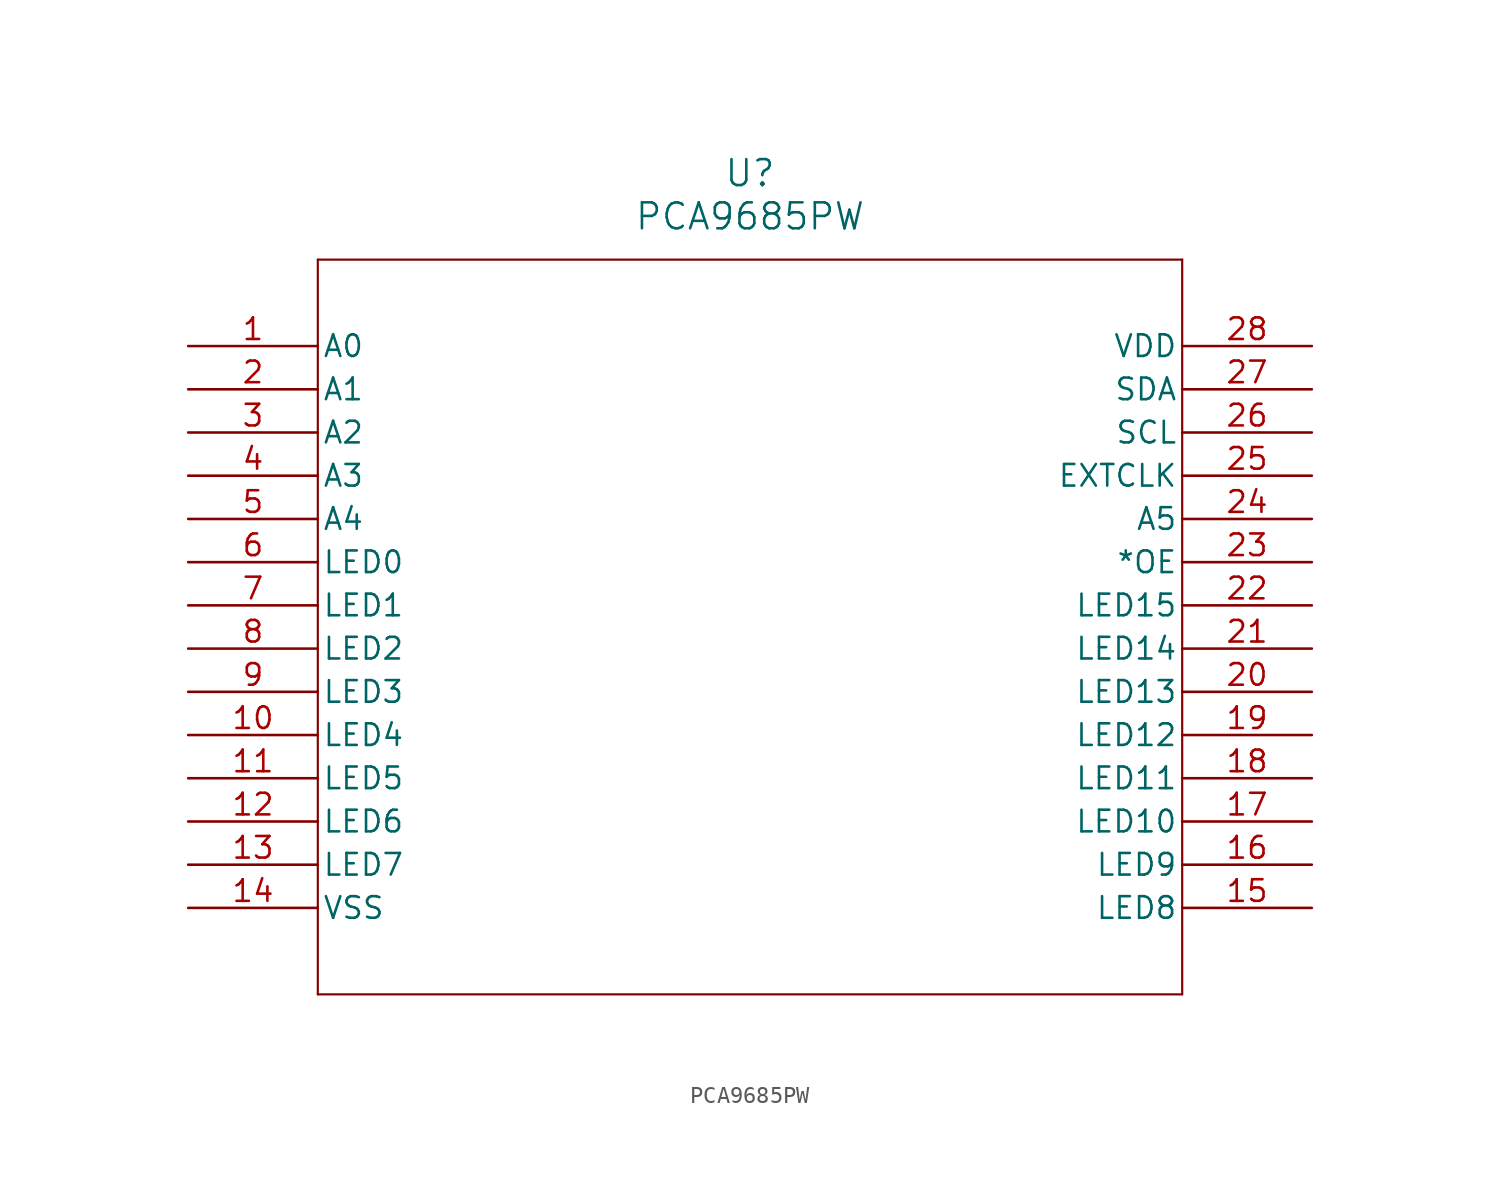
<source format=kicad_sym>
(kicad_symbol_lib
  (version 20211014)
  (generator kicad_symbol_editor)
  (symbol "PCA9685PW"
    (pin_names
      (offset 0.254))
    (property "Reference" "U"
      (at 33.02 10.16 0)
      (effects (font (size 1.524 1.524))))
    (property "Value" "PCA9685PW"
      (at 33.02 7.62 0)
      (effects (font (size 1.524 1.524))))
    (symbol "PCA9685PW_0_1"
      (polyline (pts (xy 7.62 5.08) (xy 7.62 -38.1)) (stroke (width 0.127) (type default) (color 0 0 0 0)) (fill (type none)))
      (polyline (pts (xy 7.62 -38.1) (xy 58.42 -38.1)) (stroke (width 0.127) (type default) (color 0 0 0 0)) (fill (type none)))
      (polyline (pts (xy 58.42 -38.1) (xy 58.42 5.08)) (stroke (width 0.127) (type default) (color 0 0 0 0)) (fill (type none)))
      (polyline (pts (xy 58.42 5.08) (xy 7.62 5.08)) (stroke (width 0.127) (type default) (color 0 0 0 0)) (fill (type none)))
      (pin unspecified line (at 0 0 0) (length 7.62) (name "A0" (effects (font (size 1.27 1.27)))) (number "1" (effects (font (size 1.27 1.27)))))
      (pin unspecified line (at 0 -2.54 0) (length 7.62) (name "A1" (effects (font (size 1.27 1.27)))) (number "2" (effects (font (size 1.27 1.27)))))
      (pin unspecified line (at 0 -5.08 0) (length 7.62) (name "A2" (effects (font (size 1.27 1.27)))) (number "3" (effects (font (size 1.27 1.27)))))
      (pin unspecified line (at 0 -7.62 0) (length 7.62) (name "A3" (effects (font (size 1.27 1.27)))) (number "4" (effects (font (size 1.27 1.27)))))
      (pin unspecified line (at 0 -10.16 0) (length 7.62) (name "A4" (effects (font (size 1.27 1.27)))) (number "5" (effects (font (size 1.27 1.27)))))
      (pin unspecified line (at 0 -12.7 0) (length 7.62) (name "LED0" (effects (font (size 1.27 1.27)))) (number "6" (effects (font (size 1.27 1.27)))))
      (pin unspecified line (at 0 -15.24 0) (length 7.62) (name "LED1" (effects (font (size 1.27 1.27)))) (number "7" (effects (font (size 1.27 1.27)))))
      (pin unspecified line (at 0 -17.78 0) (length 7.62) (name "LED2" (effects (font (size 1.27 1.27)))) (number "8" (effects (font (size 1.27 1.27)))))
      (pin unspecified line (at 0 -20.32 0) (length 7.62) (name "LED3" (effects (font (size 1.27 1.27)))) (number "9" (effects (font (size 1.27 1.27)))))
      (pin unspecified line (at 0 -22.86 0) (length 7.62) (name "LED4" (effects (font (size 1.27 1.27)))) (number "10" (effects (font (size 1.27 1.27)))))
      (pin unspecified line (at 0 -25.4 0) (length 7.62) (name "LED5" (effects (font (size 1.27 1.27)))) (number "11" (effects (font (size 1.27 1.27)))))
      (pin unspecified line (at 0 -27.94 0) (length 7.62) (name "LED6" (effects (font (size 1.27 1.27)))) (number "12" (effects (font (size 1.27 1.27)))))
      (pin unspecified line (at 0 -30.48 0) (length 7.62) (name "LED7" (effects (font (size 1.27 1.27)))) (number "13" (effects (font (size 1.27 1.27)))))
      (pin unspecified line (at 0 -33.02 0) (length 7.62) (name "VSS" (effects (font (size 1.27 1.27)))) (number "14" (effects (font (size 1.27 1.27)))))
      (pin unspecified line (at 66.04 -33.02 180) (length 7.62) (name "LED8" (effects (font (size 1.27 1.27)))) (number "15" (effects (font (size 1.27 1.27)))))
      (pin unspecified line (at 66.04 -30.48 180) (length 7.62) (name "LED9" (effects (font (size 1.27 1.27)))) (number "16" (effects (font (size 1.27 1.27)))))
      (pin unspecified line (at 66.04 -27.94 180) (length 7.62) (name "LED10" (effects (font (size 1.27 1.27)))) (number "17" (effects (font (size 1.27 1.27)))))
      (pin unspecified line (at 66.04 -25.4 180) (length 7.62) (name "LED11" (effects (font (size 1.27 1.27)))) (number "18" (effects (font (size 1.27 1.27)))))
      (pin unspecified line (at 66.04 -22.86 180) (length 7.62) (name "LED12" (effects (font (size 1.27 1.27)))) (number "19" (effects (font (size 1.27 1.27)))))
      (pin unspecified line (at 66.04 -20.32 180) (length 7.62) (name "LED13" (effects (font (size 1.27 1.27)))) (number "20" (effects (font (size 1.27 1.27)))))
      (pin unspecified line (at 66.04 -17.78 180) (length 7.62) (name "LED14" (effects (font (size 1.27 1.27)))) (number "21" (effects (font (size 1.27 1.27)))))
      (pin unspecified line (at 66.04 -15.24 180) (length 7.62) (name "LED15" (effects (font (size 1.27 1.27)))) (number "22" (effects (font (size 1.27 1.27)))))
      (pin unspecified line (at 66.04 -12.7 180) (length 7.62) (name "*OE" (effects (font (size 1.27 1.27)))) (number "23" (effects (font (size 1.27 1.27)))))
      (pin unspecified line (at 66.04 -10.16 180) (length 7.62) (name "A5" (effects (font (size 1.27 1.27)))) (number "24" (effects (font (size 1.27 1.27)))))
      (pin unspecified line (at 66.04 -7.62 180) (length 7.62) (name "EXTCLK" (effects (font (size 1.27 1.27)))) (number "25" (effects (font (size 1.27 1.27)))))
      (pin unspecified line (at 66.04 -5.08 180) (length 7.62) (name "SCL" (effects (font (size 1.27 1.27)))) (number "26" (effects (font (size 1.27 1.27)))))
      (pin unspecified line (at 66.04 -2.54 180) (length 7.62) (name "SDA" (effects (font (size 1.27 1.27)))) (number "27" (effects (font (size 1.27 1.27)))))
      (pin unspecified line (at 66.04 0 180) (length 7.62) (name "VDD" (effects (font (size 1.27 1.27)))) (number "28" (effects (font (size 1.27 1.27))))))))
</source>
